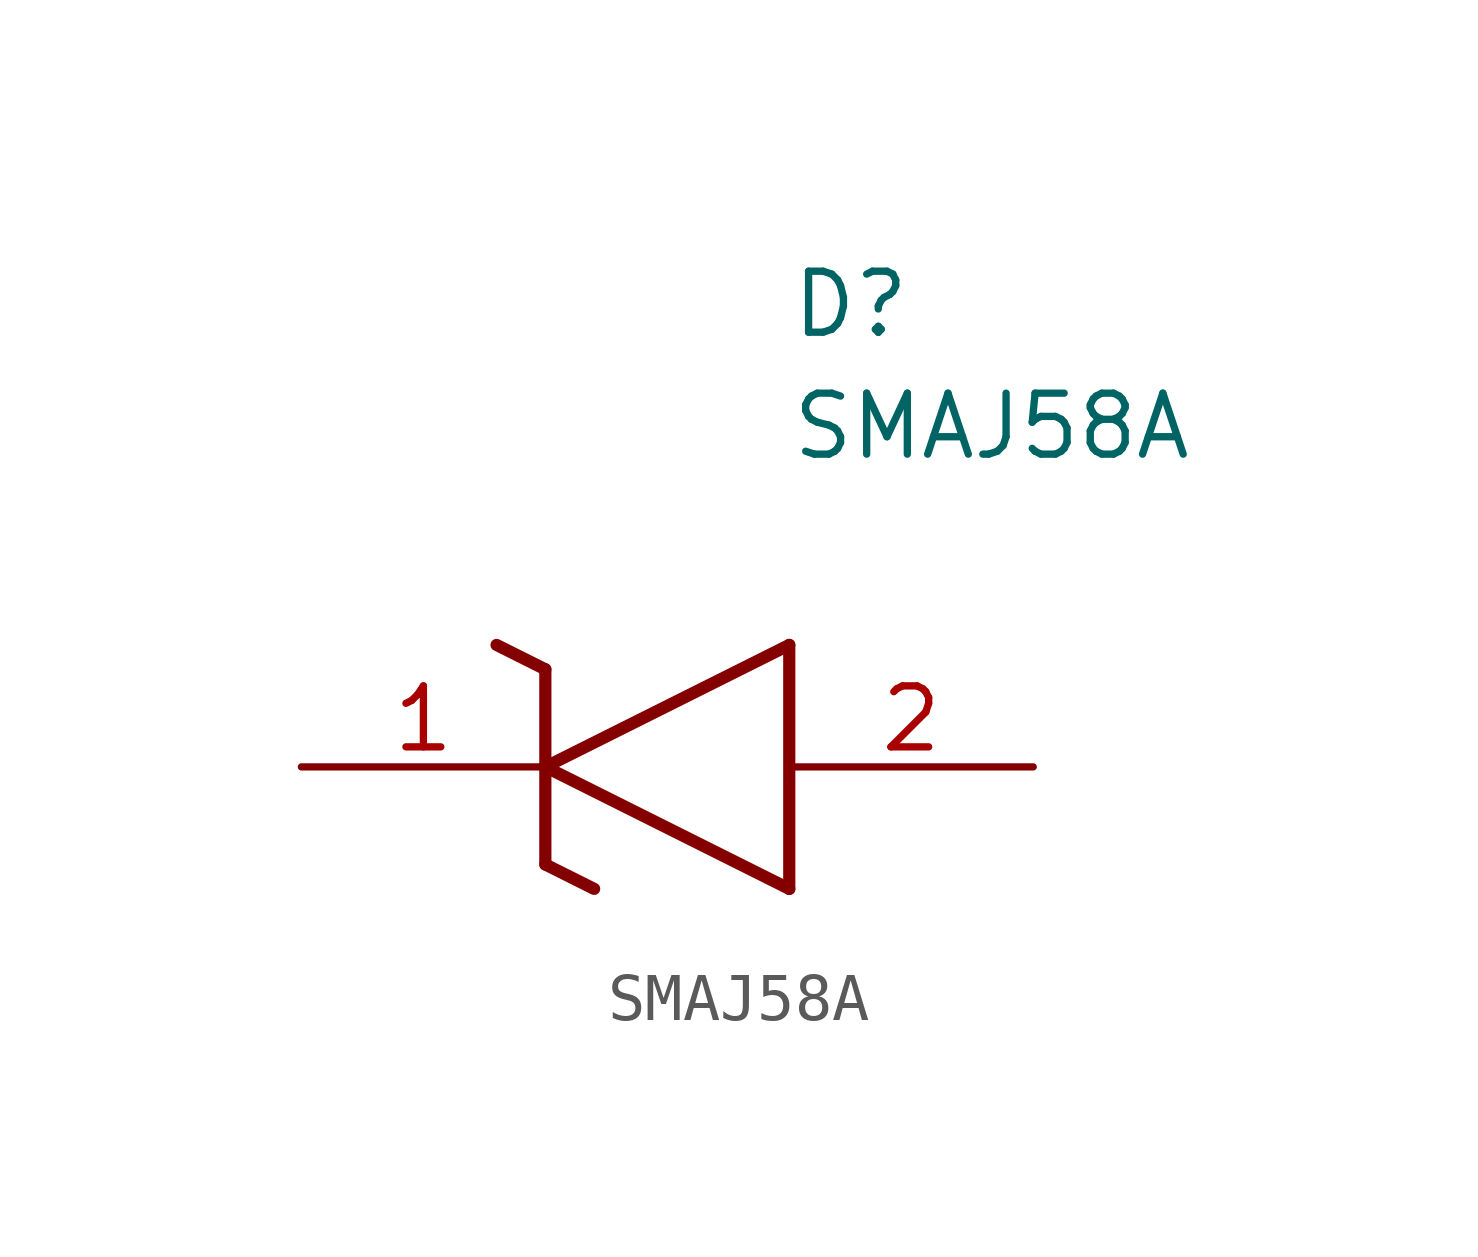
<source format=kicad_sym>
(kicad_symbol_lib
  (version 20211014)
  (generator SamacSys_ECAD_Model)
  (symbol "SMAJ58A"
    (pin_names hide)
    (property "Reference" "D"
      (at 10.16 8.89 0)
      (effects (font (size 1.27 1.27)) (justify left bottom)))
    (property "Value" "SMAJ58A"
      (at 10.16 6.35 0)
      (effects (font (size 1.27 1.27)) (justify left bottom)))
    (polyline
      (pts (xy 5.08 0) (xy 10.16 2.54))
      (stroke (width 0.254) (type default))
      (fill (type none)))
    (polyline
      (pts (xy 10.16 -2.54) (xy 10.16 2.54))
      (stroke (width 0.254) (type default))
      (fill (type none)))
    (polyline
      (pts (xy 10.16 -2.54) (xy 5.08 0))
      (stroke (width 0.254) (type default))
      (fill (type none)))
    (polyline
      (pts (xy 5.08 -2.032) (xy 6.096 -2.54))
      (stroke (width 0.254) (type default))
      (fill (type none)))
    (polyline
      (pts (xy 5.08 -2.032) (xy 5.08 2.032))
      (stroke (width 0.254) (type default))
      (fill (type none)))
    (polyline
      (pts (xy 4.064 2.54) (xy 5.08 2.032))
      (stroke (width 0.254) (type default))
      (fill (type none)))
    (pin passive line
      (at 0 0 0)
      (length 5.08)
      (name "K" (effects (font (size 1.27 1.27))))
      (number "1" (effects (font (size 1.27 1.27)))))
    (pin passive line
      (at 15.24 0 180)
      (length 5.08)
      (name "A" (effects (font (size 1.27 1.27))))
      (number "2" (effects (font (size 1.27 1.27)))))))
</source>
